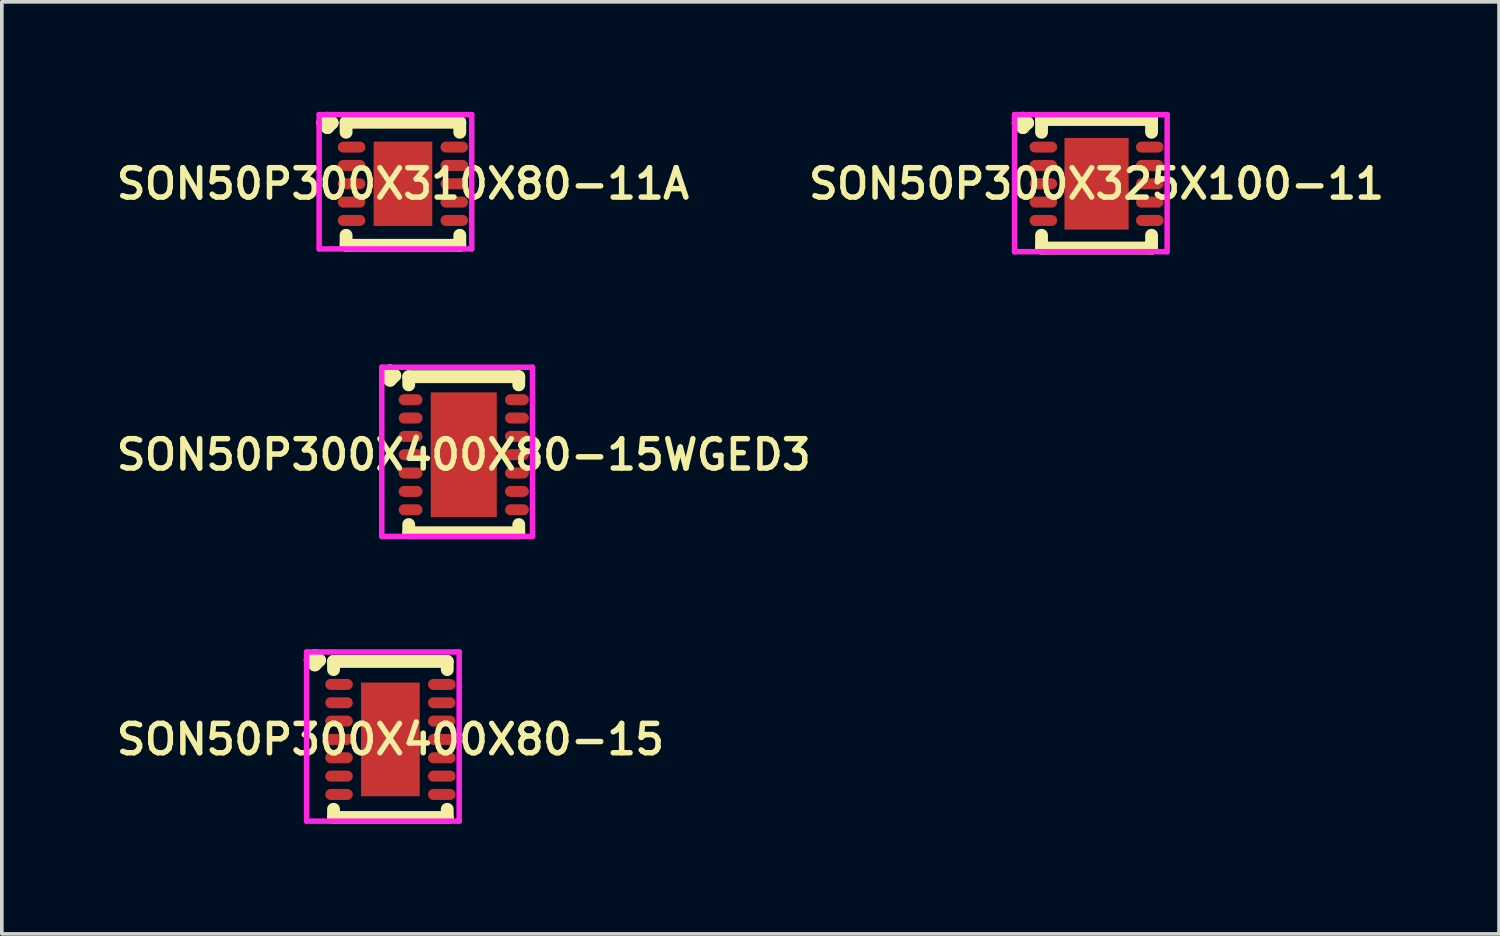
<source format=kicad_pcb>
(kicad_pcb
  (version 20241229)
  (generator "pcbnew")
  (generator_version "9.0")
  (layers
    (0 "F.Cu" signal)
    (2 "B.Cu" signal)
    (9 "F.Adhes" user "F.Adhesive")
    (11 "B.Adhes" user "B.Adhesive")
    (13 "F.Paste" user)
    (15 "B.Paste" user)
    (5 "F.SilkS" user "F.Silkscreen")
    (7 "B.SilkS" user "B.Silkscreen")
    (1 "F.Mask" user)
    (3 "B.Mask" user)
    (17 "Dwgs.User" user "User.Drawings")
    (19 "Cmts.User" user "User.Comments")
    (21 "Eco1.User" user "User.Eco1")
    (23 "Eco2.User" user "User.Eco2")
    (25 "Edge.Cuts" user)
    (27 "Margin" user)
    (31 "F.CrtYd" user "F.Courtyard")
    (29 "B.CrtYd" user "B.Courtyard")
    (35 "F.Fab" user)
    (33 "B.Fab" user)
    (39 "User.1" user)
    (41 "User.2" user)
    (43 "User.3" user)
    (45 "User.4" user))
  (footprint "SON50P300X400X80-15WGED3"
    (layer "F.Cu")
    (at 9.593 9.347)
    (property "Reference" "SON50P300X400X80-15WGED3" (at 0 0 0) (layer "F.SilkS") (effects (font (size 0.8 0.8) (thickness 0.15))))
    (attr through_hole)
    (fp_line (start -2.135 -2.158) (end -2.008 -2.285) (stroke (width 0.35) (type solid)) (layer "F.SilkS"))
    (fp_line (start -2.008 -2.285) (end -1.881 -2.158) (stroke (width 0.35) (type solid)) (layer "F.SilkS"))
    (fp_line (start -2.008 -2.031) (end -2.135 -2.158) (stroke (width 0.35) (type solid)) (layer "F.SilkS"))
    (fp_line (start -1.881 -2.158) (end -2.008 -2.031) (stroke (width 0.35) (type solid)) (layer "F.SilkS"))
    (fp_line (start -1.5 -2.127) (end 1.5 -2.127) (stroke (width 0.35) (type solid)) (layer "F.SilkS"))
    (fp_line (start -1.5 -1.904) (end -1.5 -2.127) (stroke (width 0.35) (type solid)) (layer "F.SilkS"))
    (fp_line (start -1.5 1.904) (end -1.5 2.127) (stroke (width 0.35) (type solid)) (layer "F.SilkS"))
    (fp_line (start -1.5 2.127) (end 1.5 2.127) (stroke (width 0.35) (type solid)) (layer "F.SilkS"))
    (fp_line (start 1.5 -2.127) (end 1.5 -1.904) (stroke (width 0.35) (type solid)) (layer "F.SilkS"))
    (fp_line (start 1.5 2.127) (end 1.5 1.904) (stroke (width 0.35) (type solid)) (layer "F.SilkS"))
    (fp_line (start -2.235 -2.385) (end 1.875 -2.385) (stroke (width 0.15) (type solid)) (layer "F.CrtYd"))
    (fp_line (start -2.235 2.227) (end -2.235 -2.385) (stroke (width 0.15) (type solid)) (layer "F.CrtYd"))
    (fp_line (start 1.875 -2.385) (end 1.875 2.227) (stroke (width 0.15) (type solid)) (layer "F.CrtYd"))
    (fp_line (start 1.875 2.227) (end -2.235 2.227) (stroke (width 0.15) (type solid)) (layer "F.CrtYd"))
    (pad "1" smd oval (at -1.45 -1.5) (size 0.65 0.3) (layers "F.Cu" "F.Mask" "F.Paste"))
    (pad "2" smd oval (at -1.45 -1) (size 0.65 0.3) (layers "F.Cu" "F.Mask" "F.Paste"))
    (pad "3" smd oval (at -1.45 -0.5) (size 0.65 0.3) (layers "F.Cu" "F.Mask" "F.Paste"))
    (pad "4" smd oval (at -1.45 0) (size 0.65 0.3) (layers "F.Cu" "F.Mask" "F.Paste"))
    (pad "5" smd oval (at -1.45 0.5) (size 0.65 0.3) (layers "F.Cu" "F.Mask" "F.Paste"))
    (pad "6" smd oval (at -1.45 1) (size 0.65 0.3) (layers "F.Cu" "F.Mask" "F.Paste"))
    (pad "7" smd oval (at -1.45 1.5) (size 0.65 0.3) (layers "F.Cu" "F.Mask" "F.Paste"))
    (pad "8" smd oval (at 1.45 1.5) (size 0.65 0.3) (layers "F.Cu" "F.Mask" "F.Paste"))
    (pad "9" smd oval (at 1.45 1) (size 0.65 0.3) (layers "F.Cu" "F.Mask" "F.Paste"))
    (pad "10" smd oval (at 1.45 0.5) (size 0.65 0.3) (layers "F.Cu" "F.Mask" "F.Paste"))
    (pad "11" smd oval (at 1.45 0) (size 0.65 0.3) (layers "F.Cu" "F.Mask" "F.Paste"))
    (pad "12" smd oval (at 1.45 -0.5) (size 0.65 0.3) (layers "F.Cu" "F.Mask" "F.Paste"))
    (pad "13" smd oval (at 1.45 -1) (size 0.65 0.3) (layers "F.Cu" "F.Mask" "F.Paste"))
    (pad "14" smd oval (at 1.45 -1.5) (size 0.65 0.3) (layers "F.Cu" "F.Mask" "F.Paste"))
    (pad "15" smd rect (at 0 0) (size 1.8 3.4) (layers "F.Cu" "F.Mask" "F.Paste")))
  (footprint "SON50P300X310X80-11A"
    (layer "F.Cu")
    (at 7.935 1.96)
    (property "Reference" "SON50P300X310X80-11A" (at 0 0 0) (layer "F.SilkS") (effects (font (size 0.8 0.8) (thickness 0.15))))
    (attr through_hole)
    (fp_line (start -2.185 -1.658) (end -2.058 -1.785) (stroke (width 0.35) (type solid)) (layer "F.SilkS"))
    (fp_line (start -2.058 -1.785) (end -1.931 -1.658) (stroke (width 0.35) (type solid)) (layer "F.SilkS"))
    (fp_line (start -2.058 -1.531) (end -2.185 -1.658) (stroke (width 0.35) (type solid)) (layer "F.SilkS"))
    (fp_line (start -1.931 -1.658) (end -2.058 -1.531) (stroke (width 0.35) (type solid)) (layer "F.SilkS"))
    (fp_line (start -1.55 -1.677) (end 1.55 -1.677) (stroke (width 0.35) (type solid)) (layer "F.SilkS"))
    (fp_line (start -1.55 -1.404) (end -1.55 -1.677) (stroke (width 0.35) (type solid)) (layer "F.SilkS"))
    (fp_line (start -1.55 1.404) (end -1.55 1.677) (stroke (width 0.35) (type solid)) (layer "F.SilkS"))
    (fp_line (start -1.55 1.677) (end 1.55 1.677) (stroke (width 0.35) (type solid)) (layer "F.SilkS"))
    (fp_line (start 1.55 -1.677) (end 1.55 -1.404) (stroke (width 0.35) (type solid)) (layer "F.SilkS"))
    (fp_line (start 1.55 1.677) (end 1.55 1.404) (stroke (width 0.35) (type solid)) (layer "F.SilkS"))
    (fp_line (start -2.285 -1.885) (end 1.875 -1.885) (stroke (width 0.15) (type solid)) (layer "F.CrtYd"))
    (fp_line (start -2.285 1.777) (end -2.285 -1.885) (stroke (width 0.15) (type solid)) (layer "F.CrtYd"))
    (fp_line (start 1.875 -1.885) (end 1.875 1.777) (stroke (width 0.15) (type solid)) (layer "F.CrtYd"))
    (fp_line (start 1.875 1.777) (end -2.285 1.777) (stroke (width 0.15) (type solid)) (layer "F.CrtYd"))
    (pad "1" smd oval (at -1.4 -1) (size 0.75 0.3) (layers "F.Cu" "F.Mask" "F.Paste"))
    (pad "2" smd oval (at -1.4 -0.5) (size 0.75 0.3) (layers "F.Cu" "F.Mask" "F.Paste"))
    (pad "3" smd oval (at -1.4 0) (size 0.75 0.3) (layers "F.Cu" "F.Mask" "F.Paste"))
    (pad "4" smd oval (at -1.4 0.5) (size 0.75 0.3) (layers "F.Cu" "F.Mask" "F.Paste"))
    (pad "5" smd oval (at -1.4 1) (size 0.75 0.3) (layers "F.Cu" "F.Mask" "F.Paste"))
    (pad "6" smd oval (at 1.4 1) (size 0.75 0.3) (layers "F.Cu" "F.Mask" "F.Paste"))
    (pad "7" smd oval (at 1.4 0.5) (size 0.75 0.3) (layers "F.Cu" "F.Mask" "F.Paste"))
    (pad "8" smd oval (at 1.4 0) (size 0.75 0.3) (layers "F.Cu" "F.Mask" "F.Paste"))
    (pad "9" smd oval (at 1.4 -0.5) (size 0.75 0.3) (layers "F.Cu" "F.Mask" "F.Paste"))
    (pad "10" smd oval (at 1.4 -1) (size 0.75 0.3) (layers "F.Cu" "F.Mask" "F.Paste"))
    (pad "11" smd rect (at 0 0) (size 1.6 2.3) (layers "F.Cu" "F.Mask" "F.Paste")))
  (footprint "SON50P300X400X80-15"
    (layer "F.Cu")
    (at 7.593 17.109)
    (property "Reference" "SON50P300X400X80-15" (at 0 0 0) (layer "F.SilkS") (effects (font (size 0.8 0.8) (thickness 0.15))))
    (attr through_hole)
    (fp_line (start -2.185 -2.158) (end -2.058 -2.285) (stroke (width 0.35) (type solid)) (layer "F.SilkS"))
    (fp_line (start -2.058 -2.285) (end -1.931 -2.158) (stroke (width 0.35) (type solid)) (layer "F.SilkS"))
    (fp_line (start -2.058 -2.031) (end -2.185 -2.158) (stroke (width 0.35) (type solid)) (layer "F.SilkS"))
    (fp_line (start -1.931 -2.158) (end -2.058 -2.031) (stroke (width 0.35) (type solid)) (layer "F.SilkS"))
    (fp_line (start -1.55 -2.127) (end 1.55 -2.127) (stroke (width 0.35) (type solid)) (layer "F.SilkS"))
    (fp_line (start -1.55 -1.904) (end -1.55 -2.127) (stroke (width 0.35) (type solid)) (layer "F.SilkS"))
    (fp_line (start -1.55 1.904) (end -1.55 2.127) (stroke (width 0.35) (type solid)) (layer "F.SilkS"))
    (fp_line (start -1.55 2.127) (end 1.55 2.127) (stroke (width 0.35) (type solid)) (layer "F.SilkS"))
    (fp_line (start 1.55 -2.127) (end 1.55 -1.904) (stroke (width 0.35) (type solid)) (layer "F.SilkS"))
    (fp_line (start 1.55 2.127) (end 1.55 1.904) (stroke (width 0.35) (type solid)) (layer "F.SilkS"))
    (fp_line (start -2.285 -2.385) (end 1.875 -2.385) (stroke (width 0.15) (type solid)) (layer "F.CrtYd"))
    (fp_line (start -2.285 2.227) (end -2.285 -2.385) (stroke (width 0.15) (type solid)) (layer "F.CrtYd"))
    (fp_line (start 1.875 -2.385) (end 1.875 2.227) (stroke (width 0.15) (type solid)) (layer "F.CrtYd"))
    (fp_line (start 1.875 2.227) (end -2.285 2.227) (stroke (width 0.15) (type solid)) (layer "F.CrtYd"))
    (pad "1" smd oval (at -1.4 -1.5) (size 0.75 0.3) (layers "F.Cu" "F.Mask" "F.Paste"))
    (pad "2" smd oval (at -1.4 -1) (size 0.75 0.3) (layers "F.Cu" "F.Mask" "F.Paste"))
    (pad "3" smd oval (at -1.4 -0.5) (size 0.75 0.3) (layers "F.Cu" "F.Mask" "F.Paste"))
    (pad "4" smd oval (at -1.4 0) (size 0.75 0.3) (layers "F.Cu" "F.Mask" "F.Paste"))
    (pad "5" smd oval (at -1.4 0.5) (size 0.75 0.3) (layers "F.Cu" "F.Mask" "F.Paste"))
    (pad "6" smd oval (at -1.4 1) (size 0.75 0.3) (layers "F.Cu" "F.Mask" "F.Paste"))
    (pad "7" smd oval (at -1.4 1.5) (size 0.75 0.3) (layers "F.Cu" "F.Mask" "F.Paste"))
    (pad "8" smd oval (at 1.4 1.5) (size 0.75 0.3) (layers "F.Cu" "F.Mask" "F.Paste"))
    (pad "9" smd oval (at 1.4 1) (size 0.75 0.3) (layers "F.Cu" "F.Mask" "F.Paste"))
    (pad "10" smd oval (at 1.4 0.5) (size 0.75 0.3) (layers "F.Cu" "F.Mask" "F.Paste"))
    (pad "11" smd oval (at 1.4 0) (size 0.75 0.3) (layers "F.Cu" "F.Mask" "F.Paste"))
    (pad "12" smd oval (at 1.4 -0.5) (size 0.75 0.3) (layers "F.Cu" "F.Mask" "F.Paste"))
    (pad "13" smd oval (at 1.4 -1) (size 0.75 0.3) (layers "F.Cu" "F.Mask" "F.Paste"))
    (pad "14" smd oval (at 1.4 -1.5) (size 0.75 0.3) (layers "F.Cu" "F.Mask" "F.Paste"))
    (pad "15" smd rect (at 0 0) (size 1.6 3.1) (layers "F.Cu" "F.Mask" "F.Paste")))
  (footprint "SON50P300X325X100-11"
    (layer "F.Cu")
    (at 26.845 1.96)
    (property "Reference" "SON50P300X325X100-11" (at 0 0 0) (layer "F.SilkS") (effects (font (size 0.8 0.8) (thickness 0.15))))
    (attr through_hole)
    (fp_line (start -2.135 -1.658) (end -2.008 -1.785) (stroke (width 0.35) (type solid)) (layer "F.SilkS"))
    (fp_line (start -2.008 -1.785) (end -1.881 -1.658) (stroke (width 0.35) (type solid)) (layer "F.SilkS"))
    (fp_line (start -2.008 -1.531) (end -2.135 -1.658) (stroke (width 0.35) (type solid)) (layer "F.SilkS"))
    (fp_line (start -1.881 -1.658) (end -2.008 -1.531) (stroke (width 0.35) (type solid)) (layer "F.SilkS"))
    (fp_line (start -1.5 -1.752) (end 1.5 -1.752) (stroke (width 0.35) (type solid)) (layer "F.SilkS"))
    (fp_line (start -1.5 -1.404) (end -1.5 -1.752) (stroke (width 0.35) (type solid)) (layer "F.SilkS"))
    (fp_line (start -1.5 1.404) (end -1.5 1.752) (stroke (width 0.35) (type solid)) (layer "F.SilkS"))
    (fp_line (start -1.5 1.752) (end 1.5 1.752) (stroke (width 0.35) (type solid)) (layer "F.SilkS"))
    (fp_line (start 1.5 -1.752) (end 1.5 -1.404) (stroke (width 0.35) (type solid)) (layer "F.SilkS"))
    (fp_line (start 1.5 1.752) (end 1.5 1.404) (stroke (width 0.35) (type solid)) (layer "F.SilkS"))
    (fp_line (start -2.235 -1.885) (end 1.925 -1.885) (stroke (width 0.15) (type solid)) (layer "F.CrtYd"))
    (fp_line (start -2.235 1.852) (end -2.235 -1.885) (stroke (width 0.15) (type solid)) (layer "F.CrtYd"))
    (fp_line (start 1.925 -1.885) (end 1.925 1.852) (stroke (width 0.15) (type solid)) (layer "F.CrtYd"))
    (fp_line (start 1.925 1.852) (end -2.235 1.852) (stroke (width 0.15) (type solid)) (layer "F.CrtYd"))
    (pad "1" smd oval (at -1.45 -1) (size 0.75 0.3) (layers "F.Cu" "F.Mask" "F.Paste"))
    (pad "2" smd oval (at -1.45 -0.5) (size 0.75 0.3) (layers "F.Cu" "F.Mask" "F.Paste"))
    (pad "3" smd oval (at -1.45 0) (size 0.75 0.3) (layers "F.Cu" "F.Mask" "F.Paste"))
    (pad "4" smd oval (at -1.45 0.5) (size 0.75 0.3) (layers "F.Cu" "F.Mask" "F.Paste"))
    (pad "5" smd oval (at -1.45 1) (size 0.75 0.3) (layers "F.Cu" "F.Mask" "F.Paste"))
    (pad "6" smd oval (at 1.45 1) (size 0.75 0.3) (layers "F.Cu" "F.Mask" "F.Paste"))
    (pad "7" smd oval (at 1.45 0.5) (size 0.75 0.3) (layers "F.Cu" "F.Mask" "F.Paste"))
    (pad "8" smd oval (at 1.45 0) (size 0.75 0.3) (layers "F.Cu" "F.Mask" "F.Paste"))
    (pad "9" smd oval (at 1.45 -0.5) (size 0.75 0.3) (layers "F.Cu" "F.Mask" "F.Paste"))
    (pad "10" smd oval (at 1.45 -1) (size 0.75 0.3) (layers "F.Cu" "F.Mask" "F.Paste"))
    (pad "11" smd rect (at 0 0) (size 1.75 2.5) (layers "F.Cu" "F.Mask" "F.Paste")))
  (gr_rect
    (start -3 -3)
    (end 37.818 22.411)
    (stroke (width 0.1) (type default))
    (fill no)
    (layer "Edge.Cuts")))
</source>
